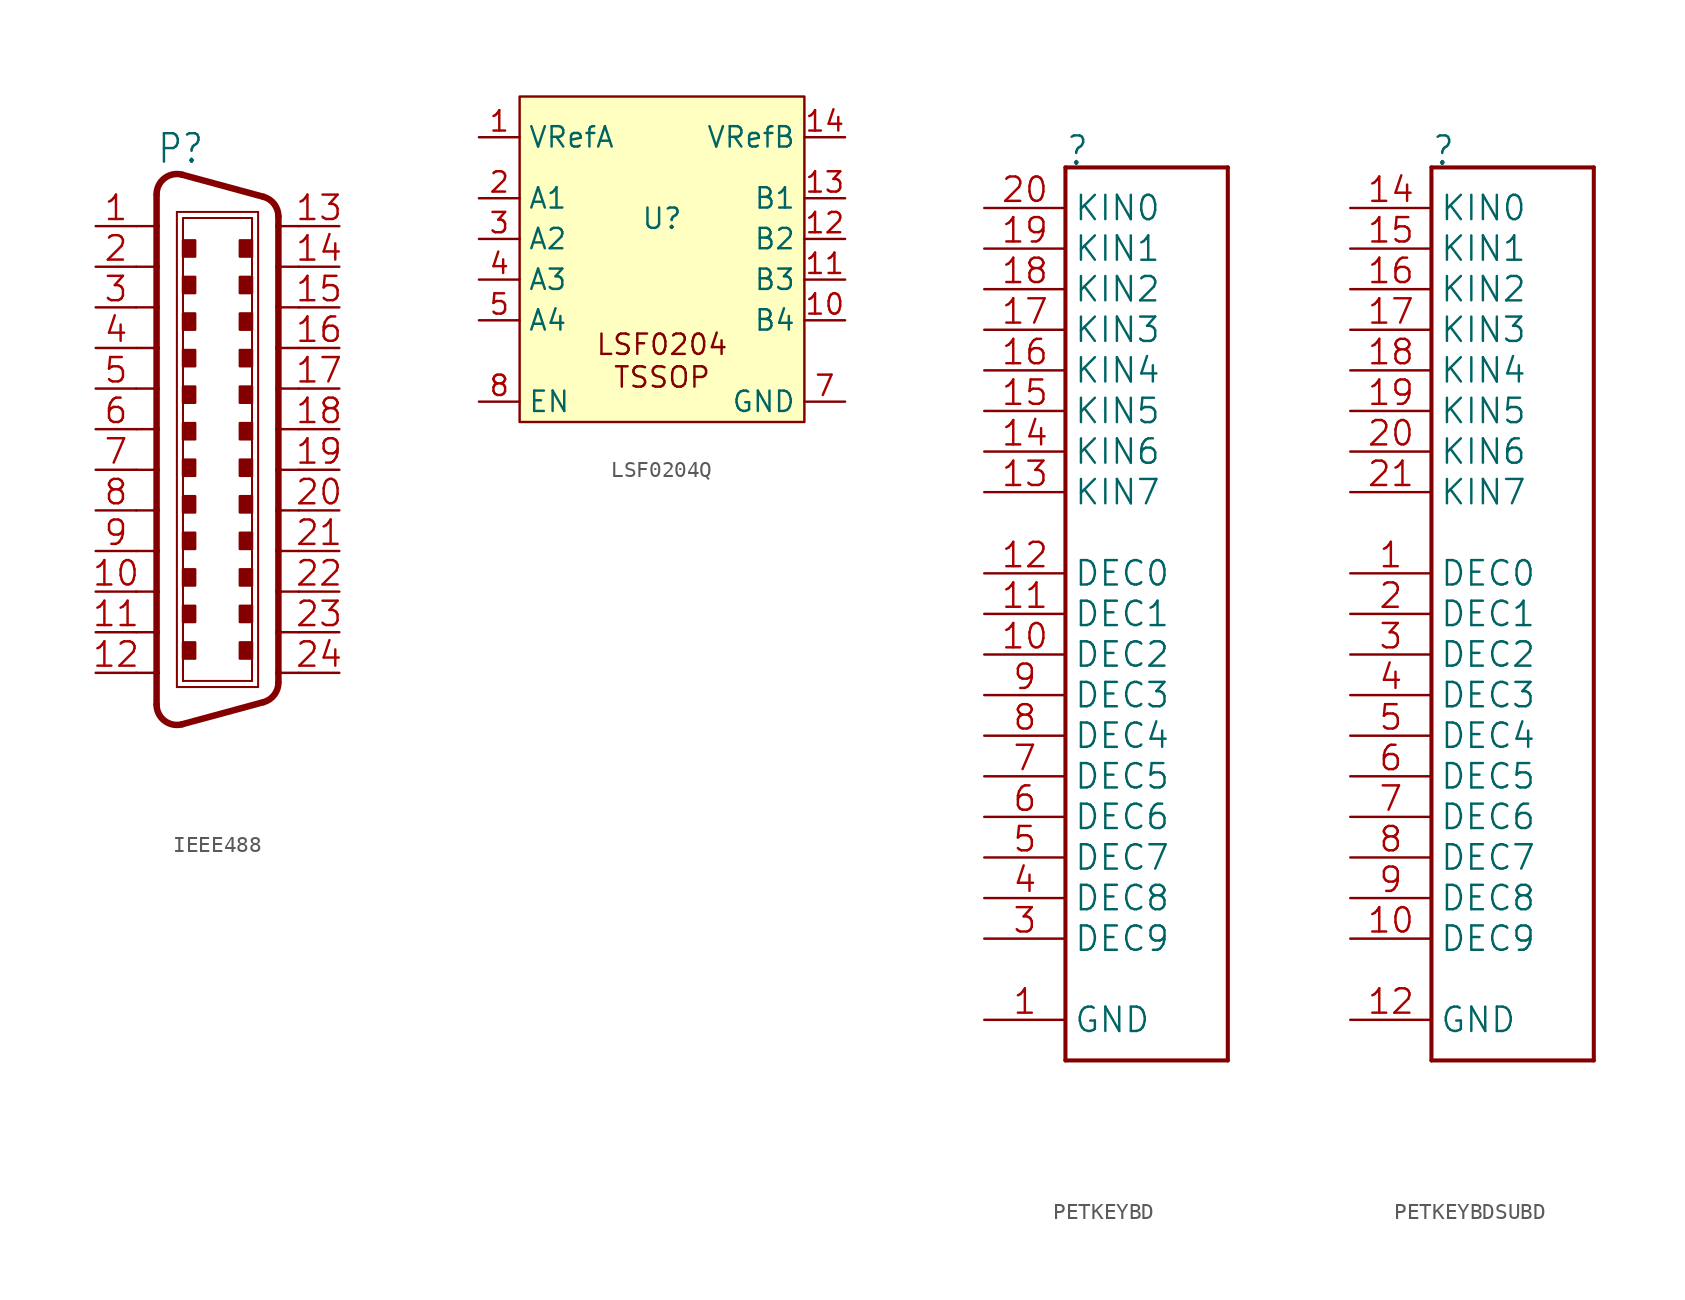
<source format=kicad_sym>
(kicad_symbol_lib
  (version 20241209)
  (generator "kicad_symbol_editor")
  (generator_version "9.0")
  (symbol "IEEE488"
    (property "Reference" "P"
      (at -3.81 16.51 0)
      (effects (font (size 1.778 1.511)) (justify left bottom)))
    (property "Value" ""
      (at -3.81 -20.955 0)
      (effects (font (size 1.778 1.511)) (justify left bottom)))
    (property "ki_locked" ""
      (at 0 0 0)
      (effects (font (size 1.27 1.27))))
    (symbol "IEEE488_1_0"
      (polyline (pts (xy -5.08 12.7) (xy -3.81 12.7)) (stroke (width 0.152) (type solid)) (fill (type none)))
      (polyline (pts (xy -5.08 10.16) (xy -3.81 10.16)) (stroke (width 0.152) (type solid)) (fill (type none)))
      (polyline (pts (xy -5.08 7.62) (xy -3.81 7.62)) (stroke (width 0.152) (type solid)) (fill (type none)))
      (polyline (pts (xy -5.08 -7.62) (xy -3.81 -7.62)) (stroke (width 0.152) (type solid)) (fill (type none)))
      (polyline (pts (xy -5.08 -10.16) (xy -3.81 -10.16)) (stroke (width 0.152) (type solid)) (fill (type none)))
      (polyline (pts (xy -5.08 -12.7) (xy -3.81 -12.7)) (stroke (width 0.152) (type solid)) (fill (type none)))
      (polyline (pts (xy -5.08 -15.24) (xy -3.81 -15.24)) (stroke (width 0.152) (type solid)) (fill (type none)))
      (polyline (pts (xy -3.81 14.644) (xy -3.81 12.7)) (stroke (width 0.406) (type solid)) (fill (type none)))
      (polyline (pts (xy -3.81 12.7) (xy -3.81 10.16)) (stroke (width 0.406) (type solid)) (fill (type none)))
      (polyline (pts (xy -3.81 10.16) (xy -3.81 7.62)) (stroke (width 0.406) (type solid)) (fill (type none)))
      (polyline (pts (xy -3.81 7.62) (xy -3.81 5.08)) (stroke (width 0.406) (type solid)) (fill (type none)))
      (polyline (pts (xy -3.81 5.08) (xy -5.08 5.08)) (stroke (width 0.152) (type solid)) (fill (type none)))
      (polyline (pts (xy -3.81 5.08) (xy -3.81 2.54)) (stroke (width 0.406) (type solid)) (fill (type none)))
      (polyline (pts (xy -3.81 2.54) (xy -5.08 2.54)) (stroke (width 0.152) (type solid)) (fill (type none)))
      (polyline (pts (xy -3.81 2.54) (xy -3.81 0)) (stroke (width 0.406) (type solid)) (fill (type none)))
      (polyline (pts (xy -3.81 0) (xy -5.08 0)) (stroke (width 0.152) (type solid)) (fill (type none)))
      (polyline (pts (xy -3.81 0) (xy -3.81 -2.54)) (stroke (width 0.406) (type solid)) (fill (type none)))
      (polyline (pts (xy -3.81 -2.54) (xy -5.08 -2.54)) (stroke (width 0.152) (type solid)) (fill (type none)))
      (polyline (pts (xy -3.81 -2.54) (xy -3.81 -5.08)) (stroke (width 0.406) (type solid)) (fill (type none)))
      (polyline (pts (xy -3.81 -5.08) (xy -5.08 -5.08)) (stroke (width 0.152) (type solid)) (fill (type none)))
      (polyline (pts (xy -3.81 -5.08) (xy -3.81 -7.62)) (stroke (width 0.406) (type solid)) (fill (type none)))
      (polyline (pts (xy -3.81 -7.62) (xy -3.81 -10.16)) (stroke (width 0.406) (type solid)) (fill (type none)))
      (polyline (pts (xy -3.81 -10.16) (xy -3.81 -12.7)) (stroke (width 0.406) (type solid)) (fill (type none)))
      (polyline (pts (xy -3.81 -12.7) (xy -3.81 -15.24)) (stroke (width 0.406) (type solid)) (fill (type none)))
      (polyline (pts (xy -3.81 -15.24) (xy -3.81 -17.23)) (stroke (width 0.406) (type solid)) (fill (type none)))
      (polyline (pts (xy -2.54 13.589) (xy 2.54 13.589)) (stroke (width 0.127) (type solid)) (fill (type none)))
      (polyline (pts (xy -2.54 -16.129) (xy -2.54 13.589)) (stroke (width 0.127) (type solid)) (fill (type none)))
      (polyline (pts (xy -2.54 -16.129) (xy 2.54 -16.129)) (stroke (width 0.127) (type solid)) (fill (type none)))
      (arc (start -2.2069 -18.4554) (mid -3.3113 -18.2388) (end -3.81 -17.2298) (stroke (width 0.4064) (type solid)) (fill (type none)))
      (arc (start -3.81 14.6898) (mid -3.3113 15.6987) (end -2.2069 15.9154) (stroke (width 0.4064) (type solid)) (fill (type none)))
      (polyline (pts (xy -2.159 13.208) (xy 2.159 13.208)) (stroke (width 0.127) (type solid)) (fill (type none)))
      (rectangle (start -2.159 10.795) (end -1.397 11.811) (stroke (width 0) (type default)) (fill (type outline)))
      (rectangle (start -2.159 8.509) (end -1.397 9.525) (stroke (width 0) (type default)) (fill (type outline)))
      (rectangle (start -2.159 6.223) (end -1.397 7.239) (stroke (width 0) (type default)) (fill (type outline)))
      (rectangle (start -2.159 3.937) (end -1.397 4.953) (stroke (width 0) (type default)) (fill (type outline)))
      (rectangle (start -2.159 1.651) (end -1.397 2.667) (stroke (width 0) (type default)) (fill (type outline)))
      (rectangle (start -2.159 -0.635) (end -1.397 0.381) (stroke (width 0) (type default)) (fill (type outline)))
      (rectangle (start -2.159 -2.921) (end -1.397 -1.905) (stroke (width 0) (type default)) (fill (type outline)))
      (rectangle (start -2.159 -5.207) (end -1.397 -4.191) (stroke (width 0) (type default)) (fill (type outline)))
      (rectangle (start -2.159 -7.493) (end -1.397 -6.477) (stroke (width 0) (type default)) (fill (type outline)))
      (rectangle (start -2.159 -9.779) (end -1.397 -8.763) (stroke (width 0) (type default)) (fill (type outline)))
      (rectangle (start -2.159 -12.065) (end -1.397 -11.049) (stroke (width 0) (type default)) (fill (type outline)))
      (rectangle (start -2.159 -14.351) (end -1.397 -13.335) (stroke (width 0) (type default)) (fill (type outline)))
      (polyline (pts (xy -2.159 -15.748) (xy -2.159 13.208)) (stroke (width 0.127) (type solid)) (fill (type none)))
      (rectangle (start 1.397 10.795) (end 2.159 11.811) (stroke (width 0) (type default)) (fill (type outline)))
      (rectangle (start 1.397 8.509) (end 2.159 9.525) (stroke (width 0) (type default)) (fill (type outline)))
      (rectangle (start 1.397 6.223) (end 2.159 7.239) (stroke (width 0) (type default)) (fill (type outline)))
      (rectangle (start 1.397 3.937) (end 2.159 4.953) (stroke (width 0) (type default)) (fill (type outline)))
      (rectangle (start 1.397 1.651) (end 2.159 2.667) (stroke (width 0) (type default)) (fill (type outline)))
      (rectangle (start 1.397 -0.635) (end 2.159 0.381) (stroke (width 0) (type default)) (fill (type outline)))
      (rectangle (start 1.397 -2.921) (end 2.159 -1.905) (stroke (width 0) (type default)) (fill (type outline)))
      (rectangle (start 1.397 -5.207) (end 2.159 -4.191) (stroke (width 0) (type default)) (fill (type outline)))
      (rectangle (start 1.397 -7.493) (end 2.159 -6.477) (stroke (width 0) (type default)) (fill (type outline)))
      (rectangle (start 1.397 -9.779) (end 2.159 -8.763) (stroke (width 0) (type default)) (fill (type outline)))
      (rectangle (start 1.397 -12.065) (end 2.159 -11.049) (stroke (width 0) (type default)) (fill (type outline)))
      (rectangle (start 1.397 -14.351) (end 2.159 -13.335) (stroke (width 0) (type default)) (fill (type outline)))
      (polyline (pts (xy 2.159 13.208) (xy 2.159 -15.748)) (stroke (width 0.127) (type solid)) (fill (type none)))
      (polyline (pts (xy 2.159 -15.748) (xy -2.159 -15.748)) (stroke (width 0.127) (type solid)) (fill (type none)))
      (arc (start 2.873 14.5352) (mid 3.5489 14.081) (end 3.81 13.3096) (stroke (width 0.4064) (type solid)) (fill (type none)))
      (arc (start 3.81 -15.8495) (mid 3.5489 -16.6209) (end 2.873 -17.0751) (stroke (width 0.4064) (type solid)) (fill (type none)))
      (polyline (pts (xy 2.54 -16.129) (xy 2.54 13.589)) (stroke (width 0.127) (type solid)) (fill (type none)))
      (polyline (pts (xy 2.873 14.535) (xy -2.207 15.915)) (stroke (width 0.406) (type solid)) (fill (type none)))
      (polyline (pts (xy 2.873 -17.075) (xy -2.207 -18.455)) (stroke (width 0.406) (type solid)) (fill (type none)))
      (polyline (pts (xy 3.81 12.7) (xy 3.81 13.31)) (stroke (width 0.406) (type solid)) (fill (type none)))
      (polyline (pts (xy 3.81 10.16) (xy 3.81 12.7)) (stroke (width 0.406) (type solid)) (fill (type none)))
      (polyline (pts (xy 3.81 7.62) (xy 3.81 10.16)) (stroke (width 0.406) (type solid)) (fill (type none)))
      (polyline (pts (xy 3.81 5.08) (xy 3.81 7.62)) (stroke (width 0.406) (type solid)) (fill (type none)))
      (polyline (pts (xy 3.81 2.54) (xy 3.81 5.08)) (stroke (width 0.406) (type solid)) (fill (type none)))
      (polyline (pts (xy 3.81 0) (xy 3.81 2.54)) (stroke (width 0.406) (type solid)) (fill (type none)))
      (polyline (pts (xy 3.81 -2.54) (xy 3.81 0)) (stroke (width 0.406) (type solid)) (fill (type none)))
      (polyline (pts (xy 3.81 -5.08) (xy 3.81 -2.54)) (stroke (width 0.406) (type solid)) (fill (type none)))
      (polyline (pts (xy 3.81 -7.62) (xy 3.81 -5.08)) (stroke (width 0.406) (type solid)) (fill (type none)))
      (polyline (pts (xy 3.81 -10.16) (xy 3.81 -7.62)) (stroke (width 0.406) (type solid)) (fill (type none)))
      (polyline (pts (xy 3.81 -12.7) (xy 3.81 -10.16)) (stroke (width 0.406) (type solid)) (fill (type none)))
      (polyline (pts (xy 3.81 -15.24) (xy 3.81 -12.7)) (stroke (width 0.406) (type solid)) (fill (type none)))
      (polyline (pts (xy 3.81 -15.803) (xy 3.81 -15.24)) (stroke (width 0.406) (type solid)) (fill (type none)))
      (polyline (pts (xy 5.08 12.7) (xy 3.81 12.7)) (stroke (width 0.152) (type solid)) (fill (type none)))
      (polyline (pts (xy 5.08 10.16) (xy 3.81 10.16)) (stroke (width 0.152) (type solid)) (fill (type none)))
      (polyline (pts (xy 5.08 7.62) (xy 3.81 7.62)) (stroke (width 0.152) (type solid)) (fill (type none)))
      (polyline (pts (xy 5.08 5.08) (xy 3.81 5.08)) (stroke (width 0.152) (type solid)) (fill (type none)))
      (polyline (pts (xy 5.08 2.54) (xy 3.81 2.54)) (stroke (width 0.152) (type solid)) (fill (type none)))
      (polyline (pts (xy 5.08 0) (xy 3.81 0)) (stroke (width 0.152) (type solid)) (fill (type none)))
      (polyline (pts (xy 5.08 -2.54) (xy 3.81 -2.54)) (stroke (width 0.152) (type solid)) (fill (type none)))
      (polyline (pts (xy 5.08 -5.08) (xy 3.81 -5.08)) (stroke (width 0.152) (type solid)) (fill (type none)))
      (polyline (pts (xy 5.08 -7.62) (xy 3.81 -7.62)) (stroke (width 0.152) (type solid)) (fill (type none)))
      (polyline (pts (xy 5.08 -10.16) (xy 3.81 -10.16)) (stroke (width 0.152) (type solid)) (fill (type none)))
      (polyline (pts (xy 5.08 -12.7) (xy 3.81 -12.7)) (stroke (width 0.152) (type solid)) (fill (type none)))
      (polyline (pts (xy 5.08 -15.24) (xy 3.81 -15.24)) (stroke (width 0.152) (type solid)) (fill (type none)))
      (pin passive line (at -7.62 12.7 0) (length 2.54) (name "1" (effects (font (size 0 0)))) (number "1" (effects (font (size 1.524 1.524)))))
      (pin passive line (at -7.62 10.16 0) (length 2.54) (name "2" (effects (font (size 0 0)))) (number "2" (effects (font (size 1.524 1.524)))))
      (pin passive line (at -7.62 7.62 0) (length 2.54) (name "3" (effects (font (size 0 0)))) (number "3" (effects (font (size 1.524 1.524)))))
      (pin passive line (at -7.62 5.08 0) (length 2.54) (name "4" (effects (font (size 0 0)))) (number "4" (effects (font (size 1.524 1.524)))))
      (pin passive line (at -7.62 2.54 0) (length 2.54) (name "5" (effects (font (size 0 0)))) (number "5" (effects (font (size 1.524 1.524)))))
      (pin passive line (at -7.62 0 0) (length 2.54) (name "6" (effects (font (size 0 0)))) (number "6" (effects (font (size 1.524 1.524)))))
      (pin passive line (at -7.62 -2.54 0) (length 2.54) (name "7" (effects (font (size 0 0)))) (number "7" (effects (font (size 1.524 1.524)))))
      (pin passive line (at -7.62 -5.08 0) (length 2.54) (name "8" (effects (font (size 0 0)))) (number "8" (effects (font (size 1.524 1.524)))))
      (pin passive line (at -7.62 -7.62 0) (length 2.54) (name "9" (effects (font (size 0 0)))) (number "9" (effects (font (size 1.524 1.524)))))
      (pin passive line (at -7.62 -10.16 0) (length 2.54) (name "10" (effects (font (size 0 0)))) (number "10" (effects (font (size 1.524 1.524)))))
      (pin passive line (at -7.62 -12.7 0) (length 2.54) (name "11" (effects (font (size 0 0)))) (number "11" (effects (font (size 1.524 1.524)))))
      (pin passive line (at -7.62 -15.24 0) (length 2.54) (name "12" (effects (font (size 0 0)))) (number "12" (effects (font (size 1.524 1.524)))))
      (pin passive line (at 7.62 12.7 180) (length 2.54) (name "13" (effects (font (size 0 0)))) (number "13" (effects (font (size 1.524 1.524)))))
      (pin passive line (at 7.62 10.16 180) (length 2.54) (name "14" (effects (font (size 0 0)))) (number "14" (effects (font (size 1.524 1.524)))))
      (pin passive line (at 7.62 7.62 180) (length 2.54) (name "15" (effects (font (size 0 0)))) (number "15" (effects (font (size 1.524 1.524)))))
      (pin passive line (at 7.62 5.08 180) (length 2.54) (name "16" (effects (font (size 0 0)))) (number "16" (effects (font (size 1.524 1.524)))))
      (pin passive line (at 7.62 2.54 180) (length 2.54) (name "17" (effects (font (size 0 0)))) (number "17" (effects (font (size 1.524 1.524)))))
      (pin passive line (at 7.62 0 180) (length 2.54) (name "18" (effects (font (size 0 0)))) (number "18" (effects (font (size 1.524 1.524)))))
      (pin passive line (at 7.62 -2.54 180) (length 2.54) (name "19" (effects (font (size 0 0)))) (number "19" (effects (font (size 1.524 1.524)))))
      (pin passive line (at 7.62 -5.08 180) (length 2.54) (name "20" (effects (font (size 0 0)))) (number "20" (effects (font (size 1.524 1.524)))))
      (pin passive line (at 7.62 -7.62 180) (length 2.54) (name "21" (effects (font (size 0 0)))) (number "21" (effects (font (size 1.524 1.524)))))
      (pin passive line (at 7.62 -10.16 180) (length 2.54) (name "22" (effects (font (size 0 0)))) (number "22" (effects (font (size 1.524 1.524)))))
      (pin passive line (at 7.62 -12.7 180) (length 2.54) (name "23" (effects (font (size 0 0)))) (number "23" (effects (font (size 1.524 1.524)))))
      (pin passive line (at 7.62 -15.24 180) (length 2.54) (name "24" (effects (font (size 0 0)))) (number "24" (effects (font (size 1.524 1.524)))))))
  (symbol "LSF0204Q"
    (property "Reference" "U"
      (at 0 0 0)
      (effects (font (size 1.27 1.27))))
    (property "Value" ""
      (at 0 0 0)
      (effects (font (size 1.27 1.27))))
    (symbol "LSF0204Q_1_1"
      (rectangle (start -8.89 7.62) (end 8.89 -12.7) (stroke (width 0) (type solid)) (fill (type background)))
      (text "LSF0204\nTSSOP" (at 0 -8.89 0) (effects (font (size 1.27 1.27))))
      (pin bidirectional line (at -11.43 5.08 0) (length 2.54) (name "VRefA" (effects (font (size 1.27 1.27)))) (number "1" (effects (font (size 1.27 1.27)))))
      (pin bidirectional line (at -11.43 1.27 0) (length 2.54) (name "A1" (effects (font (size 1.27 1.27)))) (number "2" (effects (font (size 1.27 1.27)))))
      (pin bidirectional line (at -11.43 -1.27 0) (length 2.54) (name "A2" (effects (font (size 1.27 1.27)))) (number "3" (effects (font (size 1.27 1.27)))))
      (pin bidirectional line (at -11.43 -3.81 0) (length 2.54) (name "A3" (effects (font (size 1.27 1.27)))) (number "4" (effects (font (size 1.27 1.27)))))
      (pin bidirectional line (at -11.43 -6.35 0) (length 2.54) (name "A4" (effects (font (size 1.27 1.27)))) (number "5" (effects (font (size 1.27 1.27)))))
      (pin bidirectional line (at -11.43 -11.43 0) (length 2.54) (name "EN" (effects (font (size 1.27 1.27)))) (number "8" (effects (font (size 1.27 1.27)))))
      (pin bidirectional line (at 11.43 5.08 180) (length 2.54) (name "VRefB" (effects (font (size 1.27 1.27)))) (number "14" (effects (font (size 1.27 1.27)))))
      (pin bidirectional line (at 11.43 1.27 180) (length 2.54) (name "B1" (effects (font (size 1.27 1.27)))) (number "13" (effects (font (size 1.27 1.27)))))
      (pin bidirectional line (at 11.43 -1.27 180) (length 2.54) (name "B2" (effects (font (size 1.27 1.27)))) (number "12" (effects (font (size 1.27 1.27)))))
      (pin bidirectional line (at 11.43 -3.81 180) (length 2.54) (name "B3" (effects (font (size 1.27 1.27)))) (number "11" (effects (font (size 1.27 1.27)))))
      (pin bidirectional line (at 11.43 -6.35 180) (length 2.54) (name "B4" (effects (font (size 1.27 1.27)))) (number "10" (effects (font (size 1.27 1.27)))))
      (pin bidirectional line (at 11.43 -11.43 180) (length 2.54) (name "GND" (effects (font (size 1.27 1.27)))) (number "7" (effects (font (size 1.27 1.27)))))))
  (symbol "PETKEYBD"
    (property "Reference" ""
      (at -5.08 27.94 0)
      (effects (font (size 1.778 1.511)) (justify left bottom)))
    (property "Value" ""
      (at -5.08 -30.48 0)
      (effects (font (size 1.778 1.511)) (justify left bottom)))
    (property "ki_locked" ""
      (at 0 0 0)
      (effects (font (size 1.27 1.27))))
    (symbol "PETKEYBD_1_0"
      (polyline (pts (xy -5.08 27.94) (xy 5.08 27.94)) (stroke (width 0.254) (type solid)) (fill (type none)))
      (polyline (pts (xy -5.08 -27.94) (xy -5.08 27.94)) (stroke (width 0.254) (type solid)) (fill (type none)))
      (polyline (pts (xy 5.08 27.94) (xy 5.08 -27.94)) (stroke (width 0.254) (type solid)) (fill (type none)))
      (polyline (pts (xy 5.08 -27.94) (xy -5.08 -27.94)) (stroke (width 0.254) (type solid)) (fill (type none)))
      (pin bidirectional line (at -10.16 25.4 0) (length 5.08) (name "KIN0" (effects (font (size 1.524 1.524)))) (number "20" (effects (font (size 1.524 1.524)))))
      (pin bidirectional line (at -10.16 22.86 0) (length 5.08) (name "KIN1" (effects (font (size 1.524 1.524)))) (number "19" (effects (font (size 1.524 1.524)))))
      (pin bidirectional line (at -10.16 20.32 0) (length 5.08) (name "KIN2" (effects (font (size 1.524 1.524)))) (number "18" (effects (font (size 1.524 1.524)))))
      (pin bidirectional line (at -10.16 17.78 0) (length 5.08) (name "KIN3" (effects (font (size 1.524 1.524)))) (number "17" (effects (font (size 1.524 1.524)))))
      (pin bidirectional line (at -10.16 15.24 0) (length 5.08) (name "KIN4" (effects (font (size 1.524 1.524)))) (number "16" (effects (font (size 1.524 1.524)))))
      (pin bidirectional line (at -10.16 12.7 0) (length 5.08) (name "KIN5" (effects (font (size 1.524 1.524)))) (number "15" (effects (font (size 1.524 1.524)))))
      (pin bidirectional line (at -10.16 10.16 0) (length 5.08) (name "KIN6" (effects (font (size 1.524 1.524)))) (number "14" (effects (font (size 1.524 1.524)))))
      (pin bidirectional line (at -10.16 7.62 0) (length 5.08) (name "KIN7" (effects (font (size 1.524 1.524)))) (number "13" (effects (font (size 1.524 1.524)))))
      (pin bidirectional line (at -10.16 2.54 0) (length 5.08) (name "DEC0" (effects (font (size 1.524 1.524)))) (number "12" (effects (font (size 1.524 1.524)))))
      (pin bidirectional line (at -10.16 0 0) (length 5.08) (name "DEC1" (effects (font (size 1.524 1.524)))) (number "11" (effects (font (size 1.524 1.524)))))
      (pin bidirectional line (at -10.16 -2.54 0) (length 5.08) (name "DEC2" (effects (font (size 1.524 1.524)))) (number "10" (effects (font (size 1.524 1.524)))))
      (pin bidirectional line (at -10.16 -5.08 0) (length 5.08) (name "DEC3" (effects (font (size 1.524 1.524)))) (number "9" (effects (font (size 1.524 1.524)))))
      (pin bidirectional line (at -10.16 -7.62 0) (length 5.08) (name "DEC4" (effects (font (size 1.524 1.524)))) (number "8" (effects (font (size 1.524 1.524)))))
      (pin bidirectional line (at -10.16 -10.16 0) (length 5.08) (name "DEC5" (effects (font (size 1.524 1.524)))) (number "7" (effects (font (size 1.524 1.524)))))
      (pin bidirectional line (at -10.16 -12.7 0) (length 5.08) (name "DEC6" (effects (font (size 1.524 1.524)))) (number "6" (effects (font (size 1.524 1.524)))))
      (pin bidirectional line (at -10.16 -15.24 0) (length 5.08) (name "DEC7" (effects (font (size 1.524 1.524)))) (number "5" (effects (font (size 1.524 1.524)))))
      (pin bidirectional line (at -10.16 -17.78 0) (length 5.08) (name "DEC8" (effects (font (size 1.524 1.524)))) (number "4" (effects (font (size 1.524 1.524)))))
      (pin bidirectional line (at -10.16 -20.32 0) (length 5.08) (name "DEC9" (effects (font (size 1.524 1.524)))) (number "3" (effects (font (size 1.524 1.524)))))
      (pin bidirectional line (at -10.16 -25.4 0) (length 5.08) (name "GND" (effects (font (size 1.524 1.524)))) (number "1" (effects (font (size 1.524 1.524)))))))
  (symbol "PETKEYBDSUBD"
    (property "Reference" ""
      (at -5.08 27.94 0)
      (effects (font (size 1.778 1.511)) (justify left bottom)))
    (property "Value" ""
      (at -5.08 -30.48 0)
      (effects (font (size 1.778 1.511)) (justify left bottom)))
    (property "ki_locked" ""
      (at 0 0 0)
      (effects (font (size 1.27 1.27))))
    (symbol "PETKEYBDSUBD_1_0"
      (polyline (pts (xy -5.08 27.94) (xy 5.08 27.94)) (stroke (width 0.254) (type solid)) (fill (type none)))
      (polyline (pts (xy -5.08 -27.94) (xy -5.08 27.94)) (stroke (width 0.254) (type solid)) (fill (type none)))
      (polyline (pts (xy 5.08 27.94) (xy 5.08 -27.94)) (stroke (width 0.254) (type solid)) (fill (type none)))
      (polyline (pts (xy 5.08 -27.94) (xy -5.08 -27.94)) (stroke (width 0.254) (type solid)) (fill (type none)))
      (pin bidirectional line (at -10.16 25.4 0) (length 5.08) (name "KIN0" (effects (font (size 1.524 1.524)))) (number "14" (effects (font (size 1.524 1.524)))))
      (pin bidirectional line (at -10.16 22.86 0) (length 5.08) (name "KIN1" (effects (font (size 1.524 1.524)))) (number "15" (effects (font (size 1.524 1.524)))))
      (pin bidirectional line (at -10.16 20.32 0) (length 5.08) (name "KIN2" (effects (font (size 1.524 1.524)))) (number "16" (effects (font (size 1.524 1.524)))))
      (pin bidirectional line (at -10.16 17.78 0) (length 5.08) (name "KIN3" (effects (font (size 1.524 1.524)))) (number "17" (effects (font (size 1.524 1.524)))))
      (pin bidirectional line (at -10.16 15.24 0) (length 5.08) (name "KIN4" (effects (font (size 1.524 1.524)))) (number "18" (effects (font (size 1.524 1.524)))))
      (pin bidirectional line (at -10.16 12.7 0) (length 5.08) (name "KIN5" (effects (font (size 1.524 1.524)))) (number "19" (effects (font (size 1.524 1.524)))))
      (pin bidirectional line (at -10.16 10.16 0) (length 5.08) (name "KIN6" (effects (font (size 1.524 1.524)))) (number "20" (effects (font (size 1.524 1.524)))))
      (pin bidirectional line (at -10.16 7.62 0) (length 5.08) (name "KIN7" (effects (font (size 1.524 1.524)))) (number "21" (effects (font (size 1.524 1.524)))))
      (pin bidirectional line (at -10.16 2.54 0) (length 5.08) (name "DEC0" (effects (font (size 1.524 1.524)))) (number "1" (effects (font (size 1.524 1.524)))))
      (pin bidirectional line (at -10.16 0 0) (length 5.08) (name "DEC1" (effects (font (size 1.524 1.524)))) (number "2" (effects (font (size 1.524 1.524)))))
      (pin bidirectional line (at -10.16 -2.54 0) (length 5.08) (name "DEC2" (effects (font (size 1.524 1.524)))) (number "3" (effects (font (size 1.524 1.524)))))
      (pin bidirectional line (at -10.16 -5.08 0) (length 5.08) (name "DEC3" (effects (font (size 1.524 1.524)))) (number "4" (effects (font (size 1.524 1.524)))))
      (pin bidirectional line (at -10.16 -7.62 0) (length 5.08) (name "DEC4" (effects (font (size 1.524 1.524)))) (number "5" (effects (font (size 1.524 1.524)))))
      (pin bidirectional line (at -10.16 -10.16 0) (length 5.08) (name "DEC5" (effects (font (size 1.524 1.524)))) (number "6" (effects (font (size 1.524 1.524)))))
      (pin bidirectional line (at -10.16 -12.7 0) (length 5.08) (name "DEC6" (effects (font (size 1.524 1.524)))) (number "7" (effects (font (size 1.524 1.524)))))
      (pin bidirectional line (at -10.16 -15.24 0) (length 5.08) (name "DEC7" (effects (font (size 1.524 1.524)))) (number "8" (effects (font (size 1.524 1.524)))))
      (pin bidirectional line (at -10.16 -17.78 0) (length 5.08) (name "DEC8" (effects (font (size 1.524 1.524)))) (number "9" (effects (font (size 1.524 1.524)))))
      (pin bidirectional line (at -10.16 -20.32 0) (length 5.08) (name "DEC9" (effects (font (size 1.524 1.524)))) (number "10" (effects (font (size 1.524 1.524)))))
      (pin bidirectional line (at -10.16 -25.4 0) (length 5.08) (name "GND" (effects (font (size 1.524 1.524)))) (number "12" (effects (font (size 1.524 1.524))))))))
</source>
